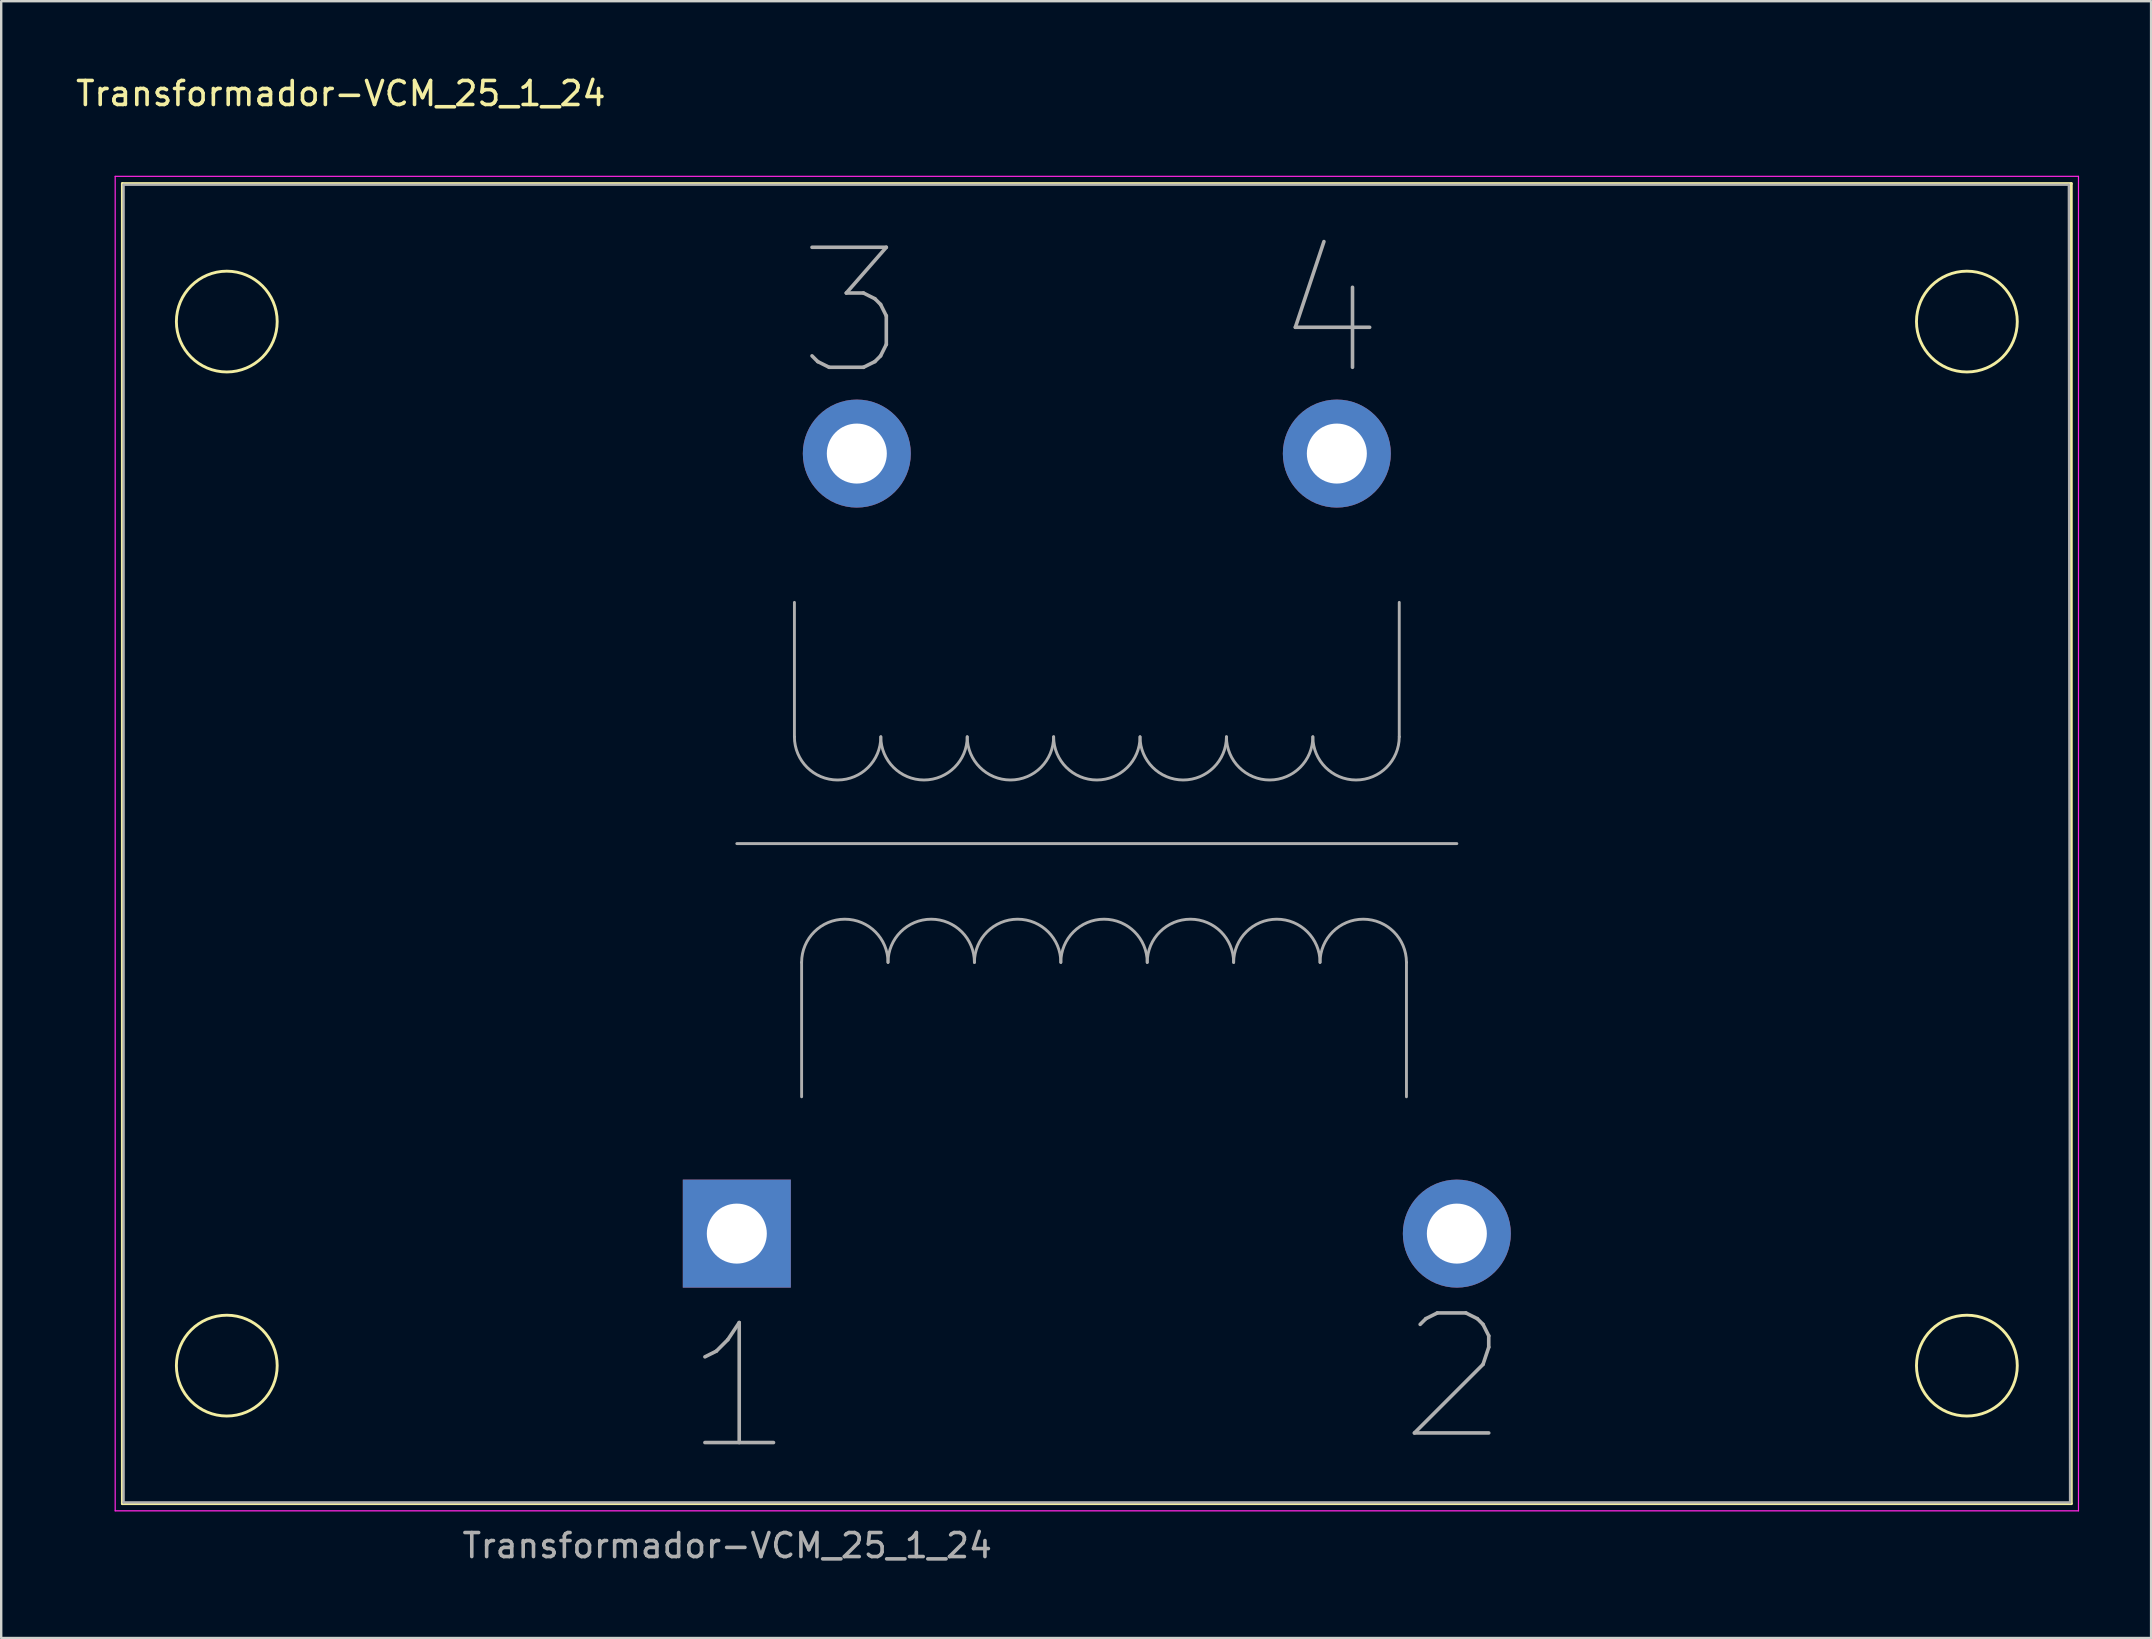
<source format=kicad_pcb>
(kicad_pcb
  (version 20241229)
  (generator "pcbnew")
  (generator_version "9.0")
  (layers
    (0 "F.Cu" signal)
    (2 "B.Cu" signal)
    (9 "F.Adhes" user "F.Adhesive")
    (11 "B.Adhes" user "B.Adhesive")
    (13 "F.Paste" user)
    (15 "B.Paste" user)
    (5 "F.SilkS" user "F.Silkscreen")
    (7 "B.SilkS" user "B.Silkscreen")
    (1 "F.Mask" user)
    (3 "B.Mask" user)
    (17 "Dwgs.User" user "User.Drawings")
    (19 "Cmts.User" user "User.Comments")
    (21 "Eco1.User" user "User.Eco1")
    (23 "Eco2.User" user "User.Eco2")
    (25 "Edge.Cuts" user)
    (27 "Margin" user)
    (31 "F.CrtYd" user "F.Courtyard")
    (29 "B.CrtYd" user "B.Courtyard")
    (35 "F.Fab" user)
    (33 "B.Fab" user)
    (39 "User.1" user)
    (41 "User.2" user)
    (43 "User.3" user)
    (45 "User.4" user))
  (footprint "Transformador-VCM_25_1_24"
    (layer "F.Cu")
    (at 27.649 48.348)
    (property "Reference" "Transformador-VCM_25_1_24" (at -16.5 -47.5 0) (layer "F.SilkS") (effects (font (size 1 1) (thickness 0.15))))
    (attr through_hole)
    (fp_line (start -25.6 11.25) (end -25.6 -43.75) (stroke (width 0.12) (type solid)) (layer "F.SilkS"))
    (fp_line (start -25.6 11.25) (end 55.6 11.25) (stroke (width 0.12) (type solid)) (layer "F.SilkS"))
    (fp_line (start 55.6 -43.75) (end -25.6 -43.75) (stroke (width 0.12) (type solid)) (layer "F.SilkS"))
    (fp_line (start 55.6 11.25) (end 55.6 -43.75) (stroke (width 0.12) (type solid)) (layer "F.SilkS"))
    (fp_circle (center -21.25 -38) (end -19.15 -38) (stroke (width 0.12) (type solid)) (fill no) (layer "F.SilkS"))
    (fp_circle (center -21.25 5.5) (end -19.15 5.5) (stroke (width 0.12) (type solid)) (fill no) (layer "F.SilkS"))
    (fp_circle (center 51.25 -38) (end 53.35 -38) (stroke (width 0.12) (type solid)) (fill no) (layer "F.SilkS"))
    (fp_circle (center 51.25 5.5) (end 53.35 5.5) (stroke (width 0.12) (type solid)) (fill no) (layer "F.SilkS"))
    (fp_line (start -25.9 -44.05) (end -25.9 11.55) (stroke (width 0.05) (type solid)) (layer "F.CrtYd"))
    (fp_line (start -25.9 -44.05) (end 55.9 -44.05) (stroke (width 0.05) (type solid)) (layer "F.CrtYd"))
    (fp_line (start 55.9 -44.05) (end 55.9 11.55) (stroke (width 0.05) (type solid)) (layer "F.CrtYd"))
    (fp_line (start 55.9 11.55) (end -25.9 11.55) (stroke (width 0.05) (type solid)) (layer "F.CrtYd"))
    (fp_line (start -25.55 -43.7) (end -25.55 11.2) (stroke (width 0.1) (type solid)) (layer "F.Fab"))
    (fp_line (start -25.55 -43.7) (end 55.5 -43.7) (stroke (width 0.1) (type solid)) (layer "F.Fab"))
    (fp_line (start -25.55 11.2) (end 55.55 11.2) (stroke (width 0.1) (type solid)) (layer "F.Fab"))
    (fp_line (start 0 -16.25) (end 30 -16.25) (stroke (width 0.12) (type solid)) (layer "F.Fab"))
    (fp_line (start 2.4 -20.7) (end 2.4 -26.3) (stroke (width 0.12) (type solid)) (layer "F.Fab"))
    (fp_line (start 2.7 -11.3) (end 2.7 -5.7) (stroke (width 0.12) (type solid)) (layer "F.Fab"))
    (fp_line (start 27.6 -20.7) (end 27.6 -26.3) (stroke (width 0.12) (type solid)) (layer "F.Fab"))
    (fp_line (start 27.9 -11.3) (end 27.9 -5.7) (stroke (width 0.12) (type solid)) (layer "F.Fab"))
    (fp_line (start 55.55 11.2) (end 55.5 -43.7) (stroke (width 0.1) (type solid)) (layer "F.Fab"))
    (fp_arc (start 2.7 -11.3) (mid 4.5 -13.1) (end 6.3 -11.3) (stroke (width 0.12) (type solid)) (layer "F.Fab"))
    (fp_arc (start 6 -20.7) (mid 4.2 -18.9) (end 2.4 -20.7) (stroke (width 0.12) (type solid)) (layer "F.Fab"))
    (fp_arc (start 6.3 -11.3) (mid 8.1 -13.1) (end 9.9 -11.3) (stroke (width 0.12) (type solid)) (layer "F.Fab"))
    (fp_arc (start 9.6 -20.7) (mid 7.8 -18.9) (end 6 -20.7) (stroke (width 0.12) (type solid)) (layer "F.Fab"))
    (fp_arc (start 9.9 -11.3) (mid 11.7 -13.1) (end 13.5 -11.3) (stroke (width 0.12) (type solid)) (layer "F.Fab"))
    (fp_arc (start 13.2 -20.7) (mid 11.4 -18.9) (end 9.6 -20.7) (stroke (width 0.12) (type solid)) (layer "F.Fab"))
    (fp_arc (start 13.5 -11.3) (mid 15.3 -13.1) (end 17.1 -11.3) (stroke (width 0.12) (type solid)) (layer "F.Fab"))
    (fp_arc (start 16.8 -20.7) (mid 15 -18.9) (end 13.2 -20.7) (stroke (width 0.12) (type solid)) (layer "F.Fab"))
    (fp_arc (start 17.1 -11.3) (mid 18.9 -13.1) (end 20.7 -11.3) (stroke (width 0.12) (type solid)) (layer "F.Fab"))
    (fp_arc (start 20.4 -20.7) (mid 18.6 -18.9) (end 16.8 -20.7) (stroke (width 0.12) (type solid)) (layer "F.Fab"))
    (fp_arc (start 20.7 -11.3) (mid 22.5 -13.1) (end 24.3 -11.3) (stroke (width 0.12) (type solid)) (layer "F.Fab"))
    (fp_arc (start 24 -20.7) (mid 22.2 -18.9) (end 20.4 -20.7) (stroke (width 0.12) (type solid)) (layer "F.Fab"))
    (fp_arc (start 24.3 -11.3) (mid 26.1 -13.1) (end 27.9 -11.3) (stroke (width 0.12) (type solid)) (layer "F.Fab"))
    (fp_arc (start 27.6 -20.7) (mid 25.8 -18.9) (end 24 -20.7) (stroke (width 0.12) (type solid)) (layer "F.Fab"))
    (fp_text user "1" (at 0.1 6.4 0) (layer "F.Fab") (effects (font (size 5 5) (thickness 0.15))))
    (fp_text user "${REFERENCE}" (at -0.4 13 0) (layer "F.Fab") (effects (font (size 1 1) (thickness 0.15))))
    (fp_text user "3" (at 4.8 -38.4 0) (layer "F.Fab") (effects (font (size 5 5) (thickness 0.15))))
    (fp_text user "4" (at 24.7 -38.4 0) (layer "F.Fab") (effects (font (size 5 5) (thickness 0.15))))
    (fp_text user "2" (at 29.9 6 0) (layer "F.Fab") (effects (font (size 5 5) (thickness 0.15))))
    (pad "1" thru_hole rect (at 0 0) (size 4.5 4.5) (drill 2.5) (layers "*.Cu" "*.Mask"))
    (pad "2" thru_hole circle (at 30 0) (size 4.5 4.5) (drill 2.5) (layers "*.Cu" "*.Mask"))
    (pad "3" thru_hole circle (at 5 -32.5) (size 4.5 4.5) (drill 2.5) (layers "*.Cu" "*.Mask"))
    (pad "4" thru_hole circle (at 25 -32.5) (size 4.5 4.5) (drill 2.5) (layers "*.Cu" "*.Mask")))
  (gr_rect
    (start -3 -3)
    (end 86.574 65.197)
    (stroke (width 0.1) (type default))
    (fill no)
    (layer "Edge.Cuts")))
</source>
